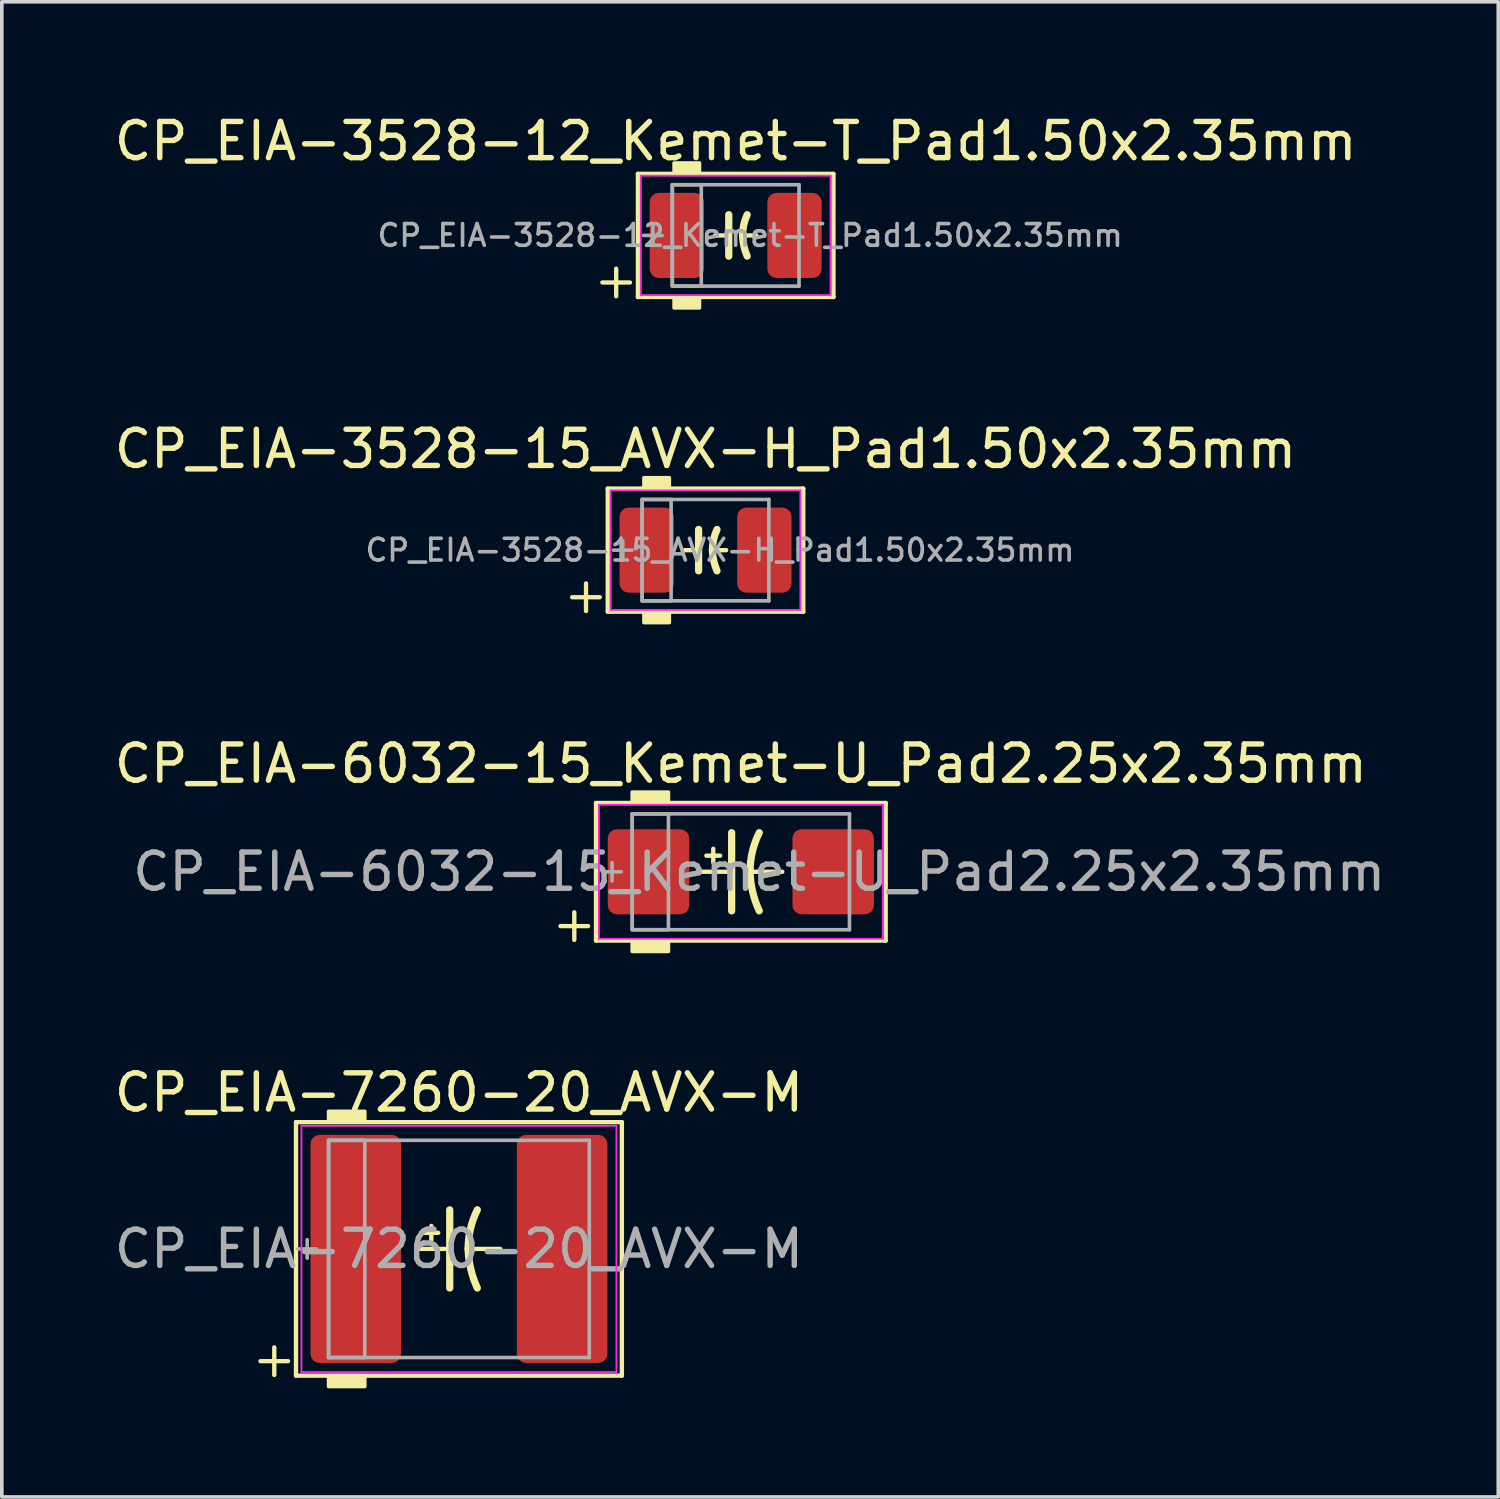
<source format=kicad_pcb>
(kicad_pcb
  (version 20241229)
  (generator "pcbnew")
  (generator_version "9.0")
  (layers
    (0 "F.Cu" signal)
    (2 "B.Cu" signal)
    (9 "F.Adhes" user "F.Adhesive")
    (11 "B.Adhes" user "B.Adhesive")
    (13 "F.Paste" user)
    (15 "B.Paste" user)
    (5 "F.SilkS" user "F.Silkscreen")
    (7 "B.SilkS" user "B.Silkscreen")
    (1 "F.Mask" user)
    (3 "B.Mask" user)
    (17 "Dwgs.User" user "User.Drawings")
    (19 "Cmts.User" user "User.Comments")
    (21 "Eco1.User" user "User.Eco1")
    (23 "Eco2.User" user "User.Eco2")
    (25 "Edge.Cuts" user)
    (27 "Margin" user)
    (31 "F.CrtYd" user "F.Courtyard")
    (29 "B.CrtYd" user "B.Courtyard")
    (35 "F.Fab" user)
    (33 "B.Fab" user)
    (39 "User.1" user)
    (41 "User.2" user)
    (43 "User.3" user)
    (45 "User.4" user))
  (footprint "CP_EIA-6032-15_Kemet-U_Pad2.25x2.35mm"
    (layer "F.Cu")
    (at 17.411 21.027)
    (property "Reference" "CP_EIA-6032-15_Kemet-U_Pad2.25x2.35mm" (at 0 -2.985 0) (layer "F.SilkS") (effects (font (size 1 1) (thickness 0.15))))
    (attr smd)
    (fp_line (start -4.981 1.5) (end -4.219 1.5) (stroke (width 0.12) (type solid)) (layer "F.SilkS"))
    (fp_line (start -4.6 1.119) (end -4.6 1.881) (stroke (width 0.12) (type solid)) (layer "F.SilkS"))
    (fp_line (start -4 -1.9) (end -4 1.9) (stroke (width 0.12) (type solid)) (layer "F.SilkS"))
    (fp_line (start -4 1.9) (end 4 1.9) (stroke (width 0.12) (type solid)) (layer "F.SilkS"))
    (fp_line (start -1.143 0) (end -0.254 0) (stroke (width 0.12) (type solid)) (layer "F.SilkS"))
    (fp_line (start -0.762 -0.254) (end -0.762 -0.635) (stroke (width 0.12) (type solid)) (layer "F.SilkS"))
    (fp_line (start -0.572 -0.445) (end -0.953 -0.445) (stroke (width 0.12) (type solid)) (layer "F.SilkS"))
    (fp_line (start -0.254 -1.079) (end -0.254 1.079) (stroke (width 0.2) (type solid)) (layer "F.SilkS"))
    (fp_line (start 1.143 0) (end 0.254 0) (stroke (width 0.12) (type solid)) (layer "F.SilkS"))
    (fp_line (start 4 -1.9) (end -4 -1.9) (stroke (width 0.12) (type solid)) (layer "F.SilkS"))
    (fp_line (start 4 1.9) (end 4 -1.9) (stroke (width 0.12) (type solid)) (layer "F.SilkS"))
    (fp_arc (start 0.254 0) (mid 0.318254 -0.554514) (end 0.508 -1.0795) (stroke (width 0.2) (type solid)) (layer "F.SilkS"))
    (fp_arc (start 0.508 1.0795) (mid 0.325879 0.55272) (end 0.254 0) (stroke (width 0.2) (type solid)) (layer "F.SilkS"))
    (fp_poly (pts (xy -2 -1.9) (xy -3 -1.9) (xy -3 -2.2) (xy -2 -2.2)) (stroke (width 0.1) (type solid)) (fill yes) (layer "F.SilkS"))
    (fp_poly (pts (xy -2 2.2) (xy -3 2.2) (xy -3 1.9) (xy -2 1.9)) (stroke (width 0.1) (type solid)) (fill yes) (layer "F.SilkS"))
    (fp_line (start -3.92 -1.85) (end 3.92 -1.85) (stroke (width 0.05) (type solid)) (layer "F.CrtYd"))
    (fp_line (start -3.92 1.85) (end -3.92 -1.85) (stroke (width 0.05) (type solid)) (layer "F.CrtYd"))
    (fp_line (start 3.92 -1.85) (end 3.92 1.85) (stroke (width 0.05) (type solid)) (layer "F.CrtYd"))
    (fp_line (start 3.92 1.85) (end -3.92 1.85) (stroke (width 0.05) (type solid)) (layer "F.CrtYd"))
    (fp_line (start -3.556 -0.254) (end -3.556 0.254) (stroke (width 0.1) (type solid)) (layer "F.Fab"))
    (fp_line (start -3.302 0) (end -3.81 0) (stroke (width 0.1) (type solid)) (layer "F.Fab"))
    (fp_line (start -3 -1.6) (end -3 1.6) (stroke (width 0.1) (type solid)) (layer "F.Fab"))
    (fp_line (start -3 1.6) (end 3 1.6) (stroke (width 0.1) (type solid)) (layer "F.Fab"))
    (fp_line (start 3 -1.6) (end -3 -1.6) (stroke (width 0.1) (type solid)) (layer "F.Fab"))
    (fp_line (start 3 1.6) (end 3 -1.6) (stroke (width 0.1) (type solid)) (layer "F.Fab"))
    (fp_rect (start -3 -1.6) (end -2 1.6) (stroke (width 0.1) (type solid)) (fill no) (layer "F.Fab"))
    (fp_text user "${REFERENCE}" (at 0.508 0 0) (layer "F.Fab") (effects (font (size 1 1) (thickness 0.15))))
    (pad "1" smd roundrect (at -2.55 0) (size 2.25 2.35) (layers "F.Cu" "F.Mask" "F.Paste") (roundrect_rratio 0.111))
    (pad "2" smd roundrect (at 2.55 0) (size 2.25 2.35) (layers "F.Cu" "F.Mask" "F.Paste") (roundrect_rratio 0.111)))
  (footprint "CP_EIA-3528-15_AVX-H_Pad1.50x2.35mm"
    (layer "F.Cu")
    (at 16.435 12.144)
    (property "Reference" "CP_EIA-3528-15_AVX-H_Pad1.50x2.35mm" (at 0 -2.794 0) (layer "F.SilkS") (effects (font (size 1 1) (thickness 0.15))))
    (attr smd)
    (fp_line (start -3.681 1.3) (end -2.919 1.3) (stroke (width 0.12) (type solid)) (layer "F.SilkS"))
    (fp_line (start -3.3 0.919) (end -3.3 1.681) (stroke (width 0.12) (type solid)) (layer "F.SilkS"))
    (fp_line (start -2.7 -1.7) (end -2.7 1.7) (stroke (width 0.12) (type solid)) (layer "F.SilkS"))
    (fp_line (start -2.7 1.7) (end 2.7 1.7) (stroke (width 0.12) (type solid)) (layer "F.SilkS"))
    (fp_line (start -0.572 0) (end -0.191 0) (stroke (width 0.12) (type solid)) (layer "F.SilkS"))
    (fp_line (start -0.191 -0.572) (end -0.191 0.572) (stroke (width 0.2) (type solid)) (layer "F.SilkS"))
    (fp_line (start 0.572 0) (end 0.191 0) (stroke (width 0.12) (type solid)) (layer "F.SilkS"))
    (fp_line (start 2.7 -1.7) (end -2.7 -1.7) (stroke (width 0.12) (type solid)) (layer "F.SilkS"))
    (fp_line (start 2.7 1.7) (end 2.7 -1.7) (stroke (width 0.12) (type solid)) (layer "F.SilkS"))
    (fp_arc (start 0.1905 0) (mid 0.222579 -0.292732) (end 0.3175 -0.5715) (stroke (width 0.2) (type solid)) (layer "F.SilkS"))
    (fp_arc (start 0.3175 0.5715) (mid 0.226611 0.291836) (end 0.1905 0) (stroke (width 0.2) (type solid)) (layer "F.SilkS"))
    (fp_poly (pts (xy -1 -1.7) (xy -1.7 -1.7) (xy -1.7 -2) (xy -1 -2)) (stroke (width 0.1) (type solid)) (fill yes) (layer "F.SilkS"))
    (fp_poly (pts (xy -1 2) (xy -1.7 2) (xy -1.7 1.7) (xy -1 1.7)) (stroke (width 0.1) (type solid)) (fill yes) (layer "F.SilkS"))
    (fp_line (start -2.62 -1.65) (end 2.62 -1.65) (stroke (width 0.05) (type solid)) (layer "F.CrtYd"))
    (fp_line (start -2.62 1.65) (end -2.62 -1.65) (stroke (width 0.05) (type solid)) (layer "F.CrtYd"))
    (fp_line (start 2.62 -1.65) (end 2.62 1.65) (stroke (width 0.05) (type solid)) (layer "F.CrtYd"))
    (fp_line (start 2.62 1.65) (end -2.62 1.65) (stroke (width 0.05) (type solid)) (layer "F.CrtYd"))
    (fp_line (start -2.286 -0.254) (end -2.286 0.254) (stroke (width 0.1) (type solid)) (layer "F.Fab"))
    (fp_line (start -2.032 0) (end -2.54 0) (stroke (width 0.1) (type solid)) (layer "F.Fab"))
    (fp_line (start -1.75 -1.4) (end -1.75 1.4) (stroke (width 0.1) (type solid)) (layer "F.Fab"))
    (fp_line (start -1.75 1.4) (end 1.75 1.4) (stroke (width 0.1) (type solid)) (layer "F.Fab"))
    (fp_line (start 1.75 -1.4) (end -1.75 -1.4) (stroke (width 0.1) (type solid)) (layer "F.Fab"))
    (fp_line (start 1.75 1.4) (end 1.75 -1.4) (stroke (width 0.1) (type solid)) (layer "F.Fab"))
    (fp_rect (start -1.75 -1.4) (end -0.95 1.4) (stroke (width 0.1) (type solid)) (fill no) (layer "F.Fab"))
    (fp_text user "${REFERENCE}" (at 0.4 0 0) (layer "F.Fab") (effects (font (size 0.6 0.6) (thickness 0.1))))
    (pad "1" smd roundrect (at -1.625 0) (size 1.5 2.35) (layers "F.Cu" "F.Mask" "F.Paste") (roundrect_rratio 0.167))
    (pad "2" smd roundrect (at 1.625 0) (size 1.5 2.35) (layers "F.Cu" "F.Mask" "F.Paste") (roundrect_rratio 0.167)))
  (footprint "CP_EIA-3528-12_Kemet-T_Pad1.50x2.35mm"
    (layer "F.Cu")
    (at 17.268 3.452)
    (property "Reference" "CP_EIA-3528-12_Kemet-T_Pad1.50x2.35mm" (at 0 -2.603 0) (layer "F.SilkS") (effects (font (size 1 1) (thickness 0.15))))
    (attr smd)
    (fp_line (start -3.681 1.3) (end -2.919 1.3) (stroke (width 0.12) (type solid)) (layer "F.SilkS"))
    (fp_line (start -3.3 0.919) (end -3.3 1.681) (stroke (width 0.12) (type solid)) (layer "F.SilkS"))
    (fp_line (start -2.7 -1.7) (end -2.7 1.7) (stroke (width 0.12) (type solid)) (layer "F.SilkS"))
    (fp_line (start -2.7 1.7) (end 2.7 1.7) (stroke (width 0.12) (type solid)) (layer "F.SilkS"))
    (fp_line (start -0.572 0) (end -0.191 0) (stroke (width 0.12) (type solid)) (layer "F.SilkS"))
    (fp_line (start -0.191 -0.572) (end -0.191 0.572) (stroke (width 0.2) (type solid)) (layer "F.SilkS"))
    (fp_line (start 0.572 0) (end 0.191 0) (stroke (width 0.12) (type solid)) (layer "F.SilkS"))
    (fp_line (start 2.7 -1.7) (end -2.7 -1.7) (stroke (width 0.12) (type solid)) (layer "F.SilkS"))
    (fp_line (start 2.7 1.7) (end 2.7 -1.7) (stroke (width 0.12) (type solid)) (layer "F.SilkS"))
    (fp_arc (start 0.1905 0) (mid 0.222579 -0.292732) (end 0.3175 -0.5715) (stroke (width 0.2) (type solid)) (layer "F.SilkS"))
    (fp_arc (start 0.3175 0.5715) (mid 0.226611 0.291836) (end 0.1905 0) (stroke (width 0.2) (type solid)) (layer "F.SilkS"))
    (fp_poly (pts (xy -1 -1.7) (xy -1.7 -1.7) (xy -1.7 -2) (xy -1 -2)) (stroke (width 0.1) (type solid)) (fill yes) (layer "F.SilkS"))
    (fp_poly (pts (xy -1 2) (xy -1.7 2) (xy -1.7 1.7) (xy -1 1.7)) (stroke (width 0.1) (type solid)) (fill yes) (layer "F.SilkS"))
    (fp_line (start -2.62 -1.65) (end 2.62 -1.65) (stroke (width 0.05) (type solid)) (layer "F.CrtYd"))
    (fp_line (start -2.62 1.65) (end -2.62 -1.65) (stroke (width 0.05) (type solid)) (layer "F.CrtYd"))
    (fp_line (start 2.62 -1.65) (end 2.62 1.65) (stroke (width 0.05) (type solid)) (layer "F.CrtYd"))
    (fp_line (start 2.62 1.65) (end -2.62 1.65) (stroke (width 0.05) (type solid)) (layer "F.CrtYd"))
    (fp_line (start -2.286 -0.254) (end -2.286 0.254) (stroke (width 0.1) (type solid)) (layer "F.Fab"))
    (fp_line (start -2.032 0) (end -2.54 0) (stroke (width 0.1) (type solid)) (layer "F.Fab"))
    (fp_line (start -1.75 -1.4) (end -1.75 1.4) (stroke (width 0.1) (type solid)) (layer "F.Fab"))
    (fp_line (start -1.75 1.4) (end 1.75 1.4) (stroke (width 0.1) (type solid)) (layer "F.Fab"))
    (fp_line (start 1.75 -1.4) (end -1.75 -1.4) (stroke (width 0.1) (type solid)) (layer "F.Fab"))
    (fp_line (start 1.75 1.4) (end 1.75 -1.4) (stroke (width 0.1) (type solid)) (layer "F.Fab"))
    (fp_rect (start -1.75 -1.4) (end -0.95 1.4) (stroke (width 0.1) (type solid)) (fill no) (layer "F.Fab"))
    (fp_text user "${REFERENCE}" (at 0.4 0 0) (layer "F.Fab") (effects (font (size 0.6 0.6) (thickness 0.1))))
    (pad "1" smd roundrect (at -1.625 0) (size 1.5 2.35) (layers "F.Cu" "F.Mask" "F.Paste") (roundrect_rratio 0.167))
    (pad "2" smd roundrect (at 1.625 0) (size 1.5 2.35) (layers "F.Cu" "F.Mask" "F.Paste") (roundrect_rratio 0.167)))
  (footprint "CP_EIA-7260-20_AVX-M"
    (layer "F.Cu")
    (at 9.625 31.443)
    (property "Reference" "CP_EIA-7260-20_AVX-M" (at 0 -4.318 0) (layer "F.SilkS") (effects (font (size 1 1) (thickness 0.15))))
    (attr smd)
    (fp_line (start -5.481 3.1) (end -4.719 3.1) (stroke (width 0.12) (type solid)) (layer "F.SilkS"))
    (fp_line (start -5.1 2.719) (end -5.1 3.481) (stroke (width 0.12) (type solid)) (layer "F.SilkS"))
    (fp_line (start -4.5 -3.5) (end -4.5 3.5) (stroke (width 0.12) (type solid)) (layer "F.SilkS"))
    (fp_line (start -4.5 3.5) (end 4.5 3.5) (stroke (width 0.12) (type solid)) (layer "F.SilkS"))
    (fp_line (start -1.143 0) (end -0.254 0) (stroke (width 0.12) (type solid)) (layer "F.SilkS"))
    (fp_line (start -0.762 -0.254) (end -0.762 -0.635) (stroke (width 0.12) (type solid)) (layer "F.SilkS"))
    (fp_line (start -0.572 -0.445) (end -0.953 -0.445) (stroke (width 0.12) (type solid)) (layer "F.SilkS"))
    (fp_line (start -0.254 -1.079) (end -0.254 1.079) (stroke (width 0.2) (type solid)) (layer "F.SilkS"))
    (fp_line (start 1.143 0) (end 0.254 0) (stroke (width 0.12) (type solid)) (layer "F.SilkS"))
    (fp_line (start 4.5 -3.5) (end -4.5 -3.5) (stroke (width 0.12) (type solid)) (layer "F.SilkS"))
    (fp_line (start 4.5 3.5) (end 4.5 -3.5) (stroke (width 0.12) (type solid)) (layer "F.SilkS"))
    (fp_arc (start 0.254 0) (mid 0.318254 -0.554514) (end 0.508 -1.0795) (stroke (width 0.2) (type solid)) (layer "F.SilkS"))
    (fp_arc (start 0.508 1.0795) (mid 0.325879 0.55272) (end 0.254 0) (stroke (width 0.2) (type solid)) (layer "F.SilkS"))
    (fp_poly (pts (xy -2.6 -3.5) (xy -3.6 -3.5) (xy -3.6 -3.8) (xy -2.6 -3.8)) (stroke (width 0.1) (type solid)) (fill yes) (layer "F.SilkS"))
    (fp_poly (pts (xy -2.6 3.8) (xy -3.6 3.8) (xy -3.6 3.5) (xy -2.6 3.5)) (stroke (width 0.1) (type solid)) (fill yes) (layer "F.SilkS"))
    (fp_line (start -4.35 -3.4) (end 4.35 -3.4) (stroke (width 0.05) (type solid)) (layer "F.CrtYd"))
    (fp_line (start -4.35 3.4) (end -4.35 -3.4) (stroke (width 0.05) (type solid)) (layer "F.CrtYd"))
    (fp_line (start 4.35 -3.4) (end 4.35 3.4) (stroke (width 0.05) (type solid)) (layer "F.CrtYd"))
    (fp_line (start 4.35 3.4) (end -4.35 3.4) (stroke (width 0.05) (type solid)) (layer "F.CrtYd"))
    (fp_line (start -4.191 -0.254) (end -4.191 0.254) (stroke (width 0.1) (type solid)) (layer "F.Fab"))
    (fp_line (start -3.937 0) (end -4.445 0) (stroke (width 0.1) (type solid)) (layer "F.Fab"))
    (fp_line (start -3.6 -3) (end -3.6 3) (stroke (width 0.1) (type solid)) (layer "F.Fab"))
    (fp_line (start -3.6 3) (end 3.6 3) (stroke (width 0.1) (type solid)) (layer "F.Fab"))
    (fp_line (start 3.6 -3) (end -3.6 -3) (stroke (width 0.1) (type solid)) (layer "F.Fab"))
    (fp_line (start 3.6 3) (end 3.6 -3) (stroke (width 0.1) (type solid)) (layer "F.Fab"))
    (fp_rect (start -3.6 -3) (end -2.6 3) (stroke (width 0.1) (type solid)) (fill no) (layer "F.Fab"))
    (fp_text user "${REFERENCE}" (at 0 0 0) (layer "F.Fab") (effects (font (size 1 1) (thickness 0.15))))
    (pad "1" smd roundrect (at -2.85 0) (size 2.5 6.3) (layers "F.Cu" "F.Mask" "F.Paste") (roundrect_rratio 0.1))
    (pad "2" smd roundrect (at 2.85 0) (size 2.5 6.3) (layers "F.Cu" "F.Mask" "F.Paste") (roundrect_rratio 0.1)))
  (gr_rect
    (start -3 -3)
    (end 38.329 38.293)
    (stroke (width 0.1) (type default))
    (fill no)
    (layer "Edge.Cuts")))
</source>
